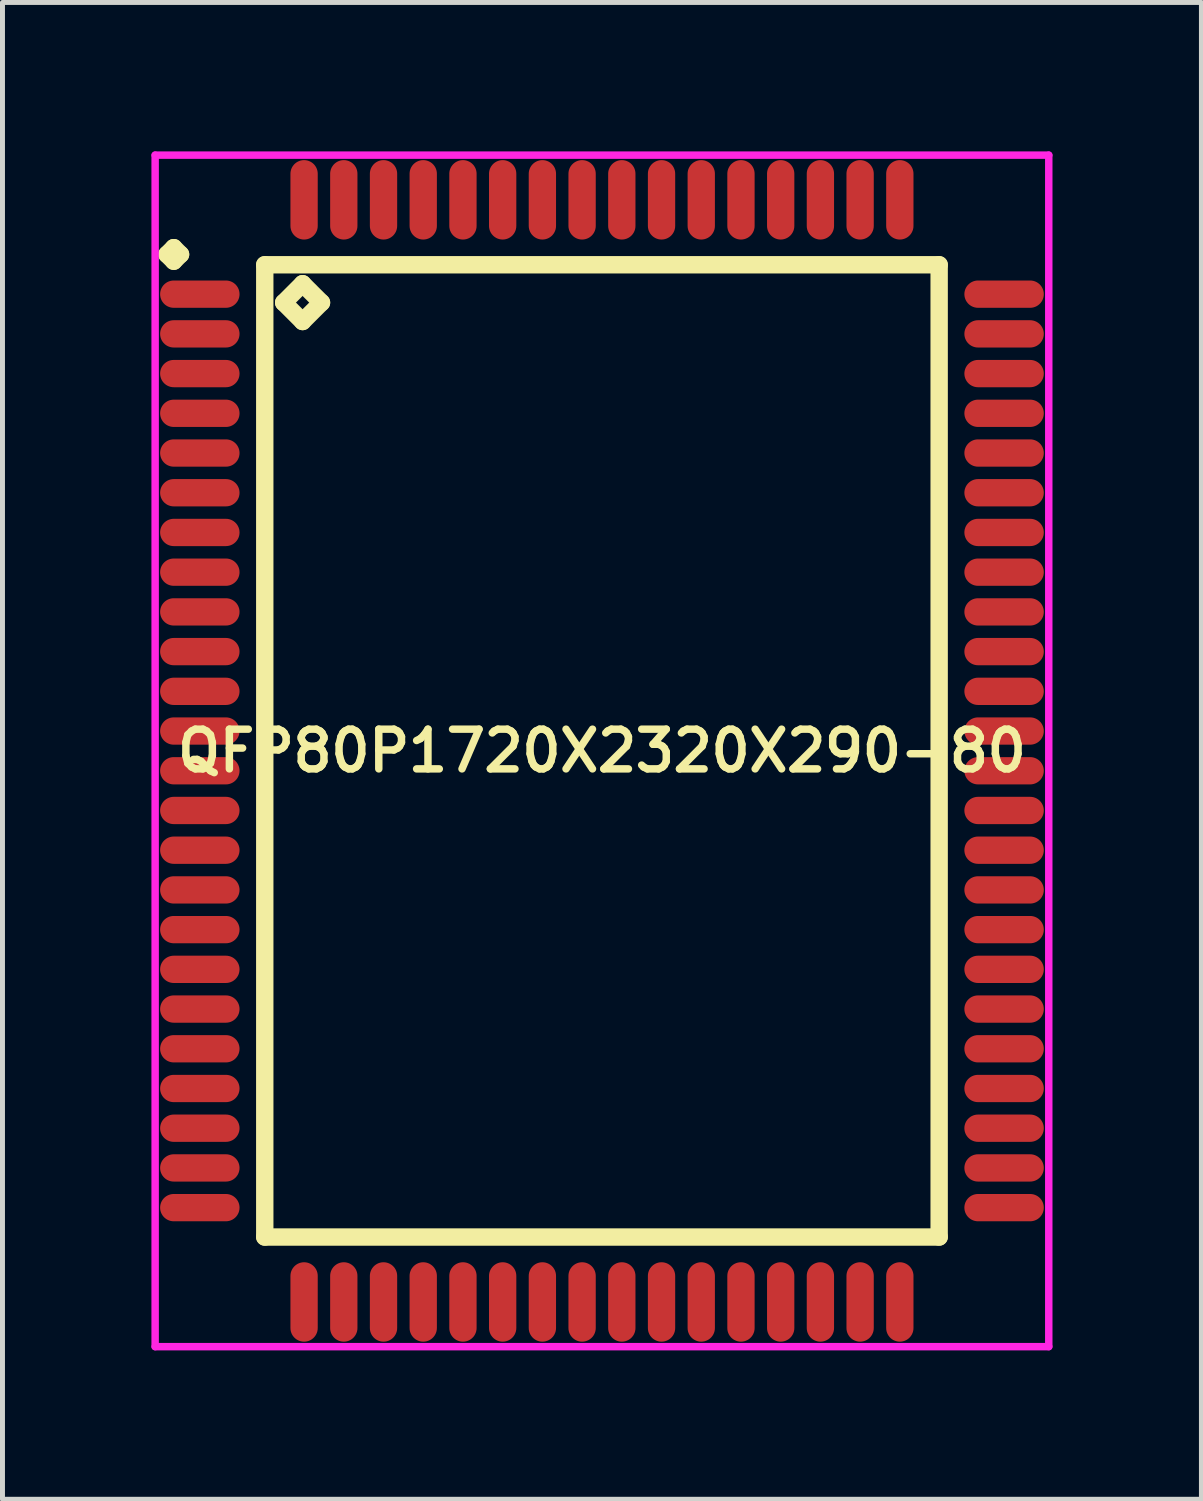
<source format=kicad_pcb>
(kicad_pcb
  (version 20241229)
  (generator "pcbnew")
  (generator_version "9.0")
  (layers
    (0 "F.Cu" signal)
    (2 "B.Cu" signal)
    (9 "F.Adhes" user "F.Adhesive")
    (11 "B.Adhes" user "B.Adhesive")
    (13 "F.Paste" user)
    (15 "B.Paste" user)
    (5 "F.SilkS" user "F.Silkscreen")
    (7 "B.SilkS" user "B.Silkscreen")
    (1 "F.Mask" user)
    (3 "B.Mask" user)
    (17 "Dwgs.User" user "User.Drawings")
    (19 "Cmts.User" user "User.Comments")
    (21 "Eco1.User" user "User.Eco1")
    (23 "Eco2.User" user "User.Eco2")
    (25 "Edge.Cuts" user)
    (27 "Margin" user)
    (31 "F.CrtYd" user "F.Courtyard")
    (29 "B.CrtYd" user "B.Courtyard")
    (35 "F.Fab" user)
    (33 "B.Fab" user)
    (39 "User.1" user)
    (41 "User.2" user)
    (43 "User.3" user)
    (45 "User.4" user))
  (footprint "QFP80P1720X2320X290-80"
    (layer "F.Cu")
    (at 9.075 12.075)
    (property "Reference" "QFP80P1720X2320X290-80" (at 0 0 0) (layer "F.SilkS") (effects (font (size 0.8 0.8) (thickness 0.15))))
    (attr smd)
    (fp_line (start -8.762 -10) (end -8.625 -10.137) (stroke (width 0.35) (type solid)) (layer "F.SilkS"))
    (fp_line (start -8.625 -10.137) (end -8.488 -10) (stroke (width 0.35) (type solid)) (layer "F.SilkS"))
    (fp_line (start -8.625 -9.863) (end -8.762 -10) (stroke (width 0.35) (type solid)) (layer "F.SilkS"))
    (fp_line (start -8.488 -10) (end -8.625 -9.863) (stroke (width 0.35) (type solid)) (layer "F.SilkS"))
    (fp_line (start -6.792 -9.792) (end -6.792 9.792) (stroke (width 0.35) (type solid)) (layer "F.SilkS"))
    (fp_line (start -6.792 9.792) (end 6.792 9.792) (stroke (width 0.35) (type solid)) (layer "F.SilkS"))
    (fp_line (start -6.411 -9.03) (end -6.03 -9.411) (stroke (width 0.35) (type solid)) (layer "F.SilkS"))
    (fp_line (start -6.03 -9.411) (end -5.649 -9.03) (stroke (width 0.35) (type solid)) (layer "F.SilkS"))
    (fp_line (start -6.03 -8.649) (end -6.411 -9.03) (stroke (width 0.35) (type solid)) (layer "F.SilkS"))
    (fp_line (start -5.649 -9.03) (end -6.03 -8.649) (stroke (width 0.35) (type solid)) (layer "F.SilkS"))
    (fp_line (start 6.792 -9.792) (end -6.792 -9.792) (stroke (width 0.35) (type solid)) (layer "F.SilkS"))
    (fp_line (start 6.792 9.792) (end 6.792 -9.792) (stroke (width 0.35) (type solid)) (layer "F.SilkS"))
    (fp_line (start -9 -12) (end 9 -12) (stroke (width 0.15) (type solid)) (layer "F.CrtYd"))
    (fp_line (start -9 12) (end -9 -12) (stroke (width 0.15) (type solid)) (layer "F.CrtYd"))
    (fp_line (start 9 -12) (end 9 12) (stroke (width 0.15) (type solid)) (layer "F.CrtYd"))
    (fp_line (start 9 12) (end -9 12) (stroke (width 0.15) (type solid)) (layer "F.CrtYd"))
    (pad "1" smd oval (at -8.1 -9.2) (size 1.6 0.55) (layers "F.Cu" "F.Mask" "F.Paste"))
    (pad "2" smd oval (at -8.1 -8.4) (size 1.6 0.55) (layers "F.Cu" "F.Mask" "F.Paste"))
    (pad "3" smd oval (at -8.1 -7.6) (size 1.6 0.55) (layers "F.Cu" "F.Mask" "F.Paste"))
    (pad "4" smd oval (at -8.1 -6.8) (size 1.6 0.55) (layers "F.Cu" "F.Mask" "F.Paste"))
    (pad "5" smd oval (at -8.1 -6) (size 1.6 0.55) (layers "F.Cu" "F.Mask" "F.Paste"))
    (pad "6" smd oval (at -8.1 -5.2) (size 1.6 0.55) (layers "F.Cu" "F.Mask" "F.Paste"))
    (pad "7" smd oval (at -8.1 -4.4) (size 1.6 0.55) (layers "F.Cu" "F.Mask" "F.Paste"))
    (pad "8" smd oval (at -8.1 -3.6) (size 1.6 0.55) (layers "F.Cu" "F.Mask" "F.Paste"))
    (pad "9" smd oval (at -8.1 -2.8) (size 1.6 0.55) (layers "F.Cu" "F.Mask" "F.Paste"))
    (pad "10" smd oval (at -8.1 -2) (size 1.6 0.55) (layers "F.Cu" "F.Mask" "F.Paste"))
    (pad "11" smd oval (at -8.1 -1.2) (size 1.6 0.55) (layers "F.Cu" "F.Mask" "F.Paste"))
    (pad "12" smd oval (at -8.1 -0.4) (size 1.6 0.55) (layers "F.Cu" "F.Mask" "F.Paste"))
    (pad "13" smd oval (at -8.1 0.4) (size 1.6 0.55) (layers "F.Cu" "F.Mask" "F.Paste"))
    (pad "14" smd oval (at -8.1 1.2) (size 1.6 0.55) (layers "F.Cu" "F.Mask" "F.Paste"))
    (pad "15" smd oval (at -8.1 2) (size 1.6 0.55) (layers "F.Cu" "F.Mask" "F.Paste"))
    (pad "16" smd oval (at -8.1 2.8) (size 1.6 0.55) (layers "F.Cu" "F.Mask" "F.Paste"))
    (pad "17" smd oval (at -8.1 3.6) (size 1.6 0.55) (layers "F.Cu" "F.Mask" "F.Paste"))
    (pad "18" smd oval (at -8.1 4.4) (size 1.6 0.55) (layers "F.Cu" "F.Mask" "F.Paste"))
    (pad "19" smd oval (at -8.1 5.2) (size 1.6 0.55) (layers "F.Cu" "F.Mask" "F.Paste"))
    (pad "20" smd oval (at -8.1 6) (size 1.6 0.55) (layers "F.Cu" "F.Mask" "F.Paste"))
    (pad "21" smd oval (at -8.1 6.8) (size 1.6 0.55) (layers "F.Cu" "F.Mask" "F.Paste"))
    (pad "22" smd oval (at -8.1 7.6) (size 1.6 0.55) (layers "F.Cu" "F.Mask" "F.Paste"))
    (pad "23" smd oval (at -8.1 8.4) (size 1.6 0.55) (layers "F.Cu" "F.Mask" "F.Paste"))
    (pad "24" smd oval (at -8.1 9.2) (size 1.6 0.55) (layers "F.Cu" "F.Mask" "F.Paste"))
    (pad "25" smd oval (at -6 11.1) (size 0.55 1.6) (layers "F.Cu" "F.Mask" "F.Paste"))
    (pad "26" smd oval (at -5.2 11.1) (size 0.55 1.6) (layers "F.Cu" "F.Mask" "F.Paste"))
    (pad "27" smd oval (at -4.4 11.1) (size 0.55 1.6) (layers "F.Cu" "F.Mask" "F.Paste"))
    (pad "28" smd oval (at -3.6 11.1) (size 0.55 1.6) (layers "F.Cu" "F.Mask" "F.Paste"))
    (pad "29" smd oval (at -2.8 11.1) (size 0.55 1.6) (layers "F.Cu" "F.Mask" "F.Paste"))
    (pad "30" smd oval (at -2 11.1) (size 0.55 1.6) (layers "F.Cu" "F.Mask" "F.Paste"))
    (pad "31" smd oval (at -1.2 11.1) (size 0.55 1.6) (layers "F.Cu" "F.Mask" "F.Paste"))
    (pad "32" smd oval (at -0.4 11.1) (size 0.55 1.6) (layers "F.Cu" "F.Mask" "F.Paste"))
    (pad "33" smd oval (at 0.4 11.1) (size 0.55 1.6) (layers "F.Cu" "F.Mask" "F.Paste"))
    (pad "34" smd oval (at 1.2 11.1) (size 0.55 1.6) (layers "F.Cu" "F.Mask" "F.Paste"))
    (pad "35" smd oval (at 2 11.1) (size 0.55 1.6) (layers "F.Cu" "F.Mask" "F.Paste"))
    (pad "36" smd oval (at 2.8 11.1) (size 0.55 1.6) (layers "F.Cu" "F.Mask" "F.Paste"))
    (pad "37" smd oval (at 3.6 11.1) (size 0.55 1.6) (layers "F.Cu" "F.Mask" "F.Paste"))
    (pad "38" smd oval (at 4.4 11.1) (size 0.55 1.6) (layers "F.Cu" "F.Mask" "F.Paste"))
    (pad "39" smd oval (at 5.2 11.1) (size 0.55 1.6) (layers "F.Cu" "F.Mask" "F.Paste"))
    (pad "40" smd oval (at 6 11.1) (size 0.55 1.6) (layers "F.Cu" "F.Mask" "F.Paste"))
    (pad "41" smd oval (at 8.1 9.2) (size 1.6 0.55) (layers "F.Cu" "F.Mask" "F.Paste"))
    (pad "42" smd oval (at 8.1 8.4) (size 1.6 0.55) (layers "F.Cu" "F.Mask" "F.Paste"))
    (pad "43" smd oval (at 8.1 7.6) (size 1.6 0.55) (layers "F.Cu" "F.Mask" "F.Paste"))
    (pad "44" smd oval (at 8.1 6.8) (size 1.6 0.55) (layers "F.Cu" "F.Mask" "F.Paste"))
    (pad "45" smd oval (at 8.1 6) (size 1.6 0.55) (layers "F.Cu" "F.Mask" "F.Paste"))
    (pad "46" smd oval (at 8.1 5.2) (size 1.6 0.55) (layers "F.Cu" "F.Mask" "F.Paste"))
    (pad "47" smd oval (at 8.1 4.4) (size 1.6 0.55) (layers "F.Cu" "F.Mask" "F.Paste"))
    (pad "48" smd oval (at 8.1 3.6) (size 1.6 0.55) (layers "F.Cu" "F.Mask" "F.Paste"))
    (pad "49" smd oval (at 8.1 2.8) (size 1.6 0.55) (layers "F.Cu" "F.Mask" "F.Paste"))
    (pad "50" smd oval (at 8.1 2) (size 1.6 0.55) (layers "F.Cu" "F.Mask" "F.Paste"))
    (pad "51" smd oval (at 8.1 1.2) (size 1.6 0.55) (layers "F.Cu" "F.Mask" "F.Paste"))
    (pad "52" smd oval (at 8.1 0.4) (size 1.6 0.55) (layers "F.Cu" "F.Mask" "F.Paste"))
    (pad "53" smd oval (at 8.1 -0.4) (size 1.6 0.55) (layers "F.Cu" "F.Mask" "F.Paste"))
    (pad "54" smd oval (at 8.1 -1.2) (size 1.6 0.55) (layers "F.Cu" "F.Mask" "F.Paste"))
    (pad "55" smd oval (at 8.1 -2) (size 1.6 0.55) (layers "F.Cu" "F.Mask" "F.Paste"))
    (pad "56" smd oval (at 8.1 -2.8) (size 1.6 0.55) (layers "F.Cu" "F.Mask" "F.Paste"))
    (pad "57" smd oval (at 8.1 -3.6) (size 1.6 0.55) (layers "F.Cu" "F.Mask" "F.Paste"))
    (pad "58" smd oval (at 8.1 -4.4) (size 1.6 0.55) (layers "F.Cu" "F.Mask" "F.Paste"))
    (pad "59" smd oval (at 8.1 -5.2) (size 1.6 0.55) (layers "F.Cu" "F.Mask" "F.Paste"))
    (pad "60" smd oval (at 8.1 -6) (size 1.6 0.55) (layers "F.Cu" "F.Mask" "F.Paste"))
    (pad "61" smd oval (at 8.1 -6.8) (size 1.6 0.55) (layers "F.Cu" "F.Mask" "F.Paste"))
    (pad "62" smd oval (at 8.1 -7.6) (size 1.6 0.55) (layers "F.Cu" "F.Mask" "F.Paste"))
    (pad "63" smd oval (at 8.1 -8.4) (size 1.6 0.55) (layers "F.Cu" "F.Mask" "F.Paste"))
    (pad "64" smd oval (at 8.1 -9.2) (size 1.6 0.55) (layers "F.Cu" "F.Mask" "F.Paste"))
    (pad "65" smd oval (at 6 -11.1) (size 0.55 1.6) (layers "F.Cu" "F.Mask" "F.Paste"))
    (pad "66" smd oval (at 5.2 -11.1) (size 0.55 1.6) (layers "F.Cu" "F.Mask" "F.Paste"))
    (pad "67" smd oval (at 4.4 -11.1) (size 0.55 1.6) (layers "F.Cu" "F.Mask" "F.Paste"))
    (pad "68" smd oval (at 3.6 -11.1) (size 0.55 1.6) (layers "F.Cu" "F.Mask" "F.Paste"))
    (pad "69" smd oval (at 2.8 -11.1) (size 0.55 1.6) (layers "F.Cu" "F.Mask" "F.Paste"))
    (pad "70" smd oval (at 2 -11.1) (size 0.55 1.6) (layers "F.Cu" "F.Mask" "F.Paste"))
    (pad "71" smd oval (at 1.2 -11.1) (size 0.55 1.6) (layers "F.Cu" "F.Mask" "F.Paste"))
    (pad "72" smd oval (at 0.4 -11.1) (size 0.55 1.6) (layers "F.Cu" "F.Mask" "F.Paste"))
    (pad "73" smd oval (at -0.4 -11.1) (size 0.55 1.6) (layers "F.Cu" "F.Mask" "F.Paste"))
    (pad "74" smd oval (at -1.2 -11.1) (size 0.55 1.6) (layers "F.Cu" "F.Mask" "F.Paste"))
    (pad "75" smd oval (at -2 -11.1) (size 0.55 1.6) (layers "F.Cu" "F.Mask" "F.Paste"))
    (pad "76" smd oval (at -2.8 -11.1) (size 0.55 1.6) (layers "F.Cu" "F.Mask" "F.Paste"))
    (pad "77" smd oval (at -3.6 -11.1) (size 0.55 1.6) (layers "F.Cu" "F.Mask" "F.Paste"))
    (pad "78" smd oval (at -4.4 -11.1) (size 0.55 1.6) (layers "F.Cu" "F.Mask" "F.Paste"))
    (pad "79" smd oval (at -5.2 -11.1) (size 0.55 1.6) (layers "F.Cu" "F.Mask" "F.Paste"))
    (pad "80" smd oval (at -6 -11.1) (size 0.55 1.6) (layers "F.Cu" "F.Mask" "F.Paste")))
  (gr_rect
    (start -3 -3)
    (end 21.15 27.15)
    (stroke (width 0.1) (type default))
    (fill no)
    (layer "Edge.Cuts")))
</source>
